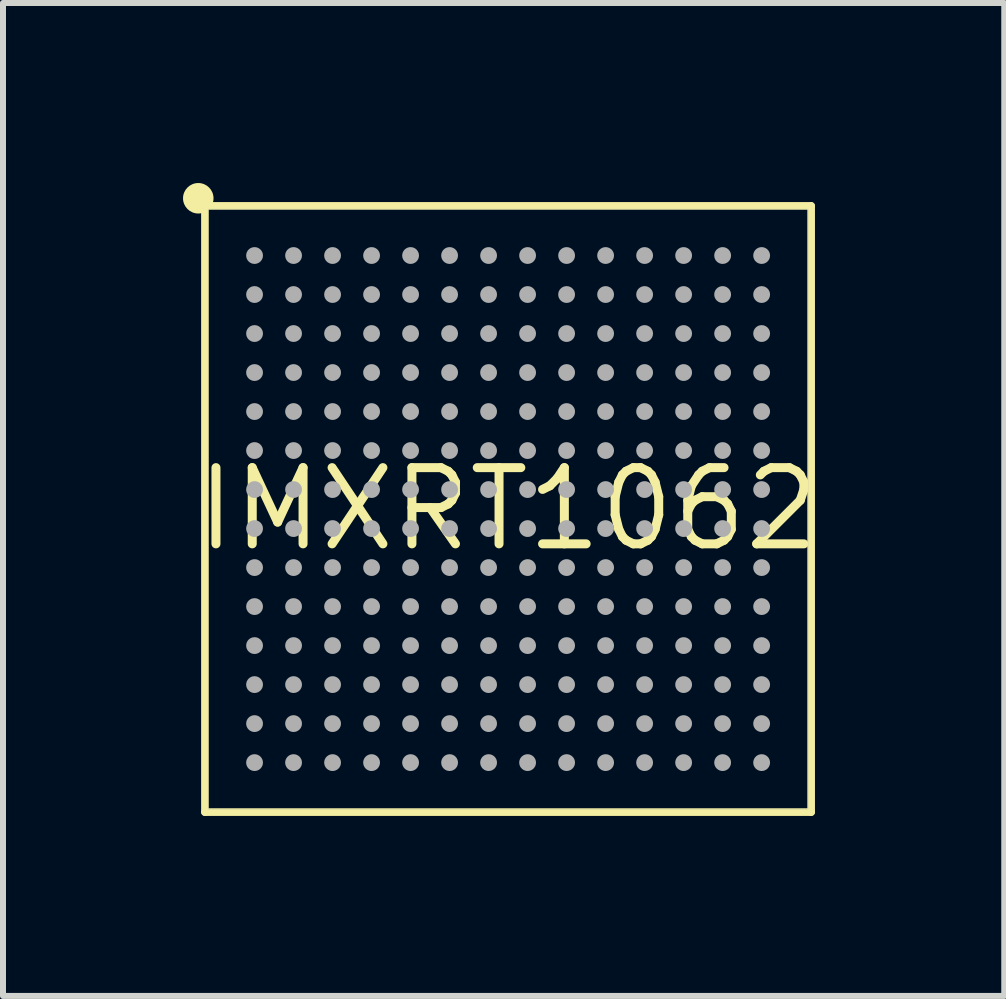
<source format=kicad_pcb>
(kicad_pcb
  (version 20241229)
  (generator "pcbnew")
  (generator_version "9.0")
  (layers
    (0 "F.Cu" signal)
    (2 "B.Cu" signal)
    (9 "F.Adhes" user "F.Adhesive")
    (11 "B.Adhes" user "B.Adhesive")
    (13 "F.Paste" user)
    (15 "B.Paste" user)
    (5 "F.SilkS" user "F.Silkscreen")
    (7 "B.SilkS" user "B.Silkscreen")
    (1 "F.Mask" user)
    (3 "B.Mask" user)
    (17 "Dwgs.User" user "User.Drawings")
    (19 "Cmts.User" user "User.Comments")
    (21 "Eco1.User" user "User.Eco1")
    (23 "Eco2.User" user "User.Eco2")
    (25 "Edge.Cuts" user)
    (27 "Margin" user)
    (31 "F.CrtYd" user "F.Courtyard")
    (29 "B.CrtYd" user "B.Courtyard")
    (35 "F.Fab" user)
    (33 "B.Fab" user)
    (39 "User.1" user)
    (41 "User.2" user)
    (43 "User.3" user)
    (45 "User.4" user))
  (footprint "IMXRT1062"
    (layer "F.Cu")
    (at 5.417 5.433)
    (property "Reference" "IMXRT1062" (at 0 0 0) (unlocked yes) (layer "F.SilkS") (effects (font (size 1.27 1.27) (thickness 0.15))))
    (fp_line (start -5.052 -5.052) (end 5.05 -5.052) (stroke (width 0.127) (type solid)) (layer "F.SilkS"))
    (fp_line (start -5.052 5.05) (end -5.052 -5.052) (stroke (width 0.127) (type solid)) (layer "F.SilkS"))
    (fp_line (start 5.05 -5.052) (end 5.05 5.05) (stroke (width 0.127) (type solid)) (layer "F.SilkS"))
    (fp_line (start 5.05 5.05) (end -5.052 5.05) (stroke (width 0.127) (type solid)) (layer "F.SilkS"))
    (fp_circle (center -5.163 -5.179) (end -5.036 -5.179) (stroke (width 0.254) (type solid)) (fill yes) (layer "F.SilkS"))
    (fp_line (start -5 -5) (end 5 -5) (stroke (width 0.003) (type solid)) (layer "F.Fab"))
    (fp_line (start -5 5) (end -5 -5) (stroke (width 0.003) (type solid)) (layer "F.Fab"))
    (fp_line (start 5 -5) (end 5 5) (stroke (width 0.003) (type solid)) (layer "F.Fab"))
    (fp_line (start 5 5) (end -5 5) (stroke (width 0.003) (type solid)) (layer "F.Fab"))
    (fp_circle (center -4.225 -4.225) (end -4.155 -4.225) (stroke (width 0.14) (type solid)) (fill no) (layer "F.Fab"))
    (fp_circle (center -4.225 -3.575) (end -4.155 -3.575) (stroke (width 0.14) (type solid)) (fill no) (layer "F.Fab"))
    (fp_circle (center -4.225 -2.925) (end -4.155 -2.925) (stroke (width 0.14) (type solid)) (fill no) (layer "F.Fab"))
    (fp_circle (center -4.225 -2.275) (end -4.155 -2.275) (stroke (width 0.14) (type solid)) (fill no) (layer "F.Fab"))
    (fp_circle (center -4.225 -1.625) (end -4.155 -1.625) (stroke (width 0.14) (type solid)) (fill no) (layer "F.Fab"))
    (fp_circle (center -4.225 -0.975) (end -4.155 -0.975) (stroke (width 0.14) (type solid)) (fill no) (layer "F.Fab"))
    (fp_circle (center -4.225 -0.325) (end -4.155 -0.325) (stroke (width 0.14) (type solid)) (fill no) (layer "F.Fab"))
    (fp_circle (center -4.225 0.325) (end -4.155 0.325) (stroke (width 0.14) (type solid)) (fill no) (layer "F.Fab"))
    (fp_circle (center -4.225 0.975) (end -4.155 0.975) (stroke (width 0.14) (type solid)) (fill no) (layer "F.Fab"))
    (fp_circle (center -4.225 1.625) (end -4.155 1.625) (stroke (width 0.14) (type solid)) (fill no) (layer "F.Fab"))
    (fp_circle (center -4.225 2.275) (end -4.155 2.275) (stroke (width 0.14) (type solid)) (fill no) (layer "F.Fab"))
    (fp_circle (center -4.225 2.925) (end -4.155 2.925) (stroke (width 0.14) (type solid)) (fill no) (layer "F.Fab"))
    (fp_circle (center -4.225 3.575) (end -4.155 3.575) (stroke (width 0.14) (type solid)) (fill no) (layer "F.Fab"))
    (fp_circle (center -4.225 4.225) (end -4.155 4.225) (stroke (width 0.14) (type solid)) (fill no) (layer "F.Fab"))
    (fp_circle (center -3.575 -4.225) (end -3.505 -4.225) (stroke (width 0.14) (type solid)) (fill no) (layer "F.Fab"))
    (fp_circle (center -3.575 -3.575) (end -3.505 -3.575) (stroke (width 0.14) (type solid)) (fill no) (layer "F.Fab"))
    (fp_circle (center -3.575 -2.925) (end -3.505 -2.925) (stroke (width 0.14) (type solid)) (fill no) (layer "F.Fab"))
    (fp_circle (center -3.575 -2.275) (end -3.505 -2.275) (stroke (width 0.14) (type solid)) (fill no) (layer "F.Fab"))
    (fp_circle (center -3.575 -1.625) (end -3.505 -1.625) (stroke (width 0.14) (type solid)) (fill no) (layer "F.Fab"))
    (fp_circle (center -3.575 -0.975) (end -3.505 -0.975) (stroke (width 0.14) (type solid)) (fill no) (layer "F.Fab"))
    (fp_circle (center -3.575 -0.325) (end -3.505 -0.325) (stroke (width 0.14) (type solid)) (fill no) (layer "F.Fab"))
    (fp_circle (center -3.575 0.325) (end -3.505 0.325) (stroke (width 0.14) (type solid)) (fill no) (layer "F.Fab"))
    (fp_circle (center -3.575 0.975) (end -3.505 0.975) (stroke (width 0.14) (type solid)) (fill no) (layer "F.Fab"))
    (fp_circle (center -3.575 1.625) (end -3.505 1.625) (stroke (width 0.14) (type solid)) (fill no) (layer "F.Fab"))
    (fp_circle (center -3.575 2.275) (end -3.505 2.275) (stroke (width 0.14) (type solid)) (fill no) (layer "F.Fab"))
    (fp_circle (center -3.575 2.925) (end -3.505 2.925) (stroke (width 0.14) (type solid)) (fill no) (layer "F.Fab"))
    (fp_circle (center -3.575 3.575) (end -3.505 3.575) (stroke (width 0.14) (type solid)) (fill no) (layer "F.Fab"))
    (fp_circle (center -3.575 4.225) (end -3.505 4.225) (stroke (width 0.14) (type solid)) (fill no) (layer "F.Fab"))
    (fp_circle (center -2.925 -4.225) (end -2.855 -4.225) (stroke (width 0.14) (type solid)) (fill no) (layer "F.Fab"))
    (fp_circle (center -2.925 -3.575) (end -2.855 -3.575) (stroke (width 0.14) (type solid)) (fill no) (layer "F.Fab"))
    (fp_circle (center -2.925 -2.925) (end -2.855 -2.925) (stroke (width 0.14) (type solid)) (fill no) (layer "F.Fab"))
    (fp_circle (center -2.925 -2.275) (end -2.855 -2.275) (stroke (width 0.14) (type solid)) (fill no) (layer "F.Fab"))
    (fp_circle (center -2.925 -1.625) (end -2.855 -1.625) (stroke (width 0.14) (type solid)) (fill no) (layer "F.Fab"))
    (fp_circle (center -2.925 -0.975) (end -2.855 -0.975) (stroke (width 0.14) (type solid)) (fill no) (layer "F.Fab"))
    (fp_circle (center -2.925 -0.325) (end -2.855 -0.325) (stroke (width 0.14) (type solid)) (fill no) (layer "F.Fab"))
    (fp_circle (center -2.925 0.325) (end -2.855 0.325) (stroke (width 0.14) (type solid)) (fill no) (layer "F.Fab"))
    (fp_circle (center -2.925 0.975) (end -2.855 0.975) (stroke (width 0.14) (type solid)) (fill no) (layer "F.Fab"))
    (fp_circle (center -2.925 1.625) (end -2.855 1.625) (stroke (width 0.14) (type solid)) (fill no) (layer "F.Fab"))
    (fp_circle (center -2.925 2.275) (end -2.855 2.275) (stroke (width 0.14) (type solid)) (fill no) (layer "F.Fab"))
    (fp_circle (center -2.925 2.925) (end -2.855 2.925) (stroke (width 0.14) (type solid)) (fill no) (layer "F.Fab"))
    (fp_circle (center -2.925 3.575) (end -2.855 3.575) (stroke (width 0.14) (type solid)) (fill no) (layer "F.Fab"))
    (fp_circle (center -2.925 4.225) (end -2.855 4.225) (stroke (width 0.14) (type solid)) (fill no) (layer "F.Fab"))
    (fp_circle (center -2.275 -4.225) (end -2.205 -4.225) (stroke (width 0.14) (type solid)) (fill no) (layer "F.Fab"))
    (fp_circle (center -2.275 -3.575) (end -2.205 -3.575) (stroke (width 0.14) (type solid)) (fill no) (layer "F.Fab"))
    (fp_circle (center -2.275 -2.925) (end -2.205 -2.925) (stroke (width 0.14) (type solid)) (fill no) (layer "F.Fab"))
    (fp_circle (center -2.275 -2.275) (end -2.205 -2.275) (stroke (width 0.14) (type solid)) (fill no) (layer "F.Fab"))
    (fp_circle (center -2.275 -1.625) (end -2.205 -1.625) (stroke (width 0.14) (type solid)) (fill no) (layer "F.Fab"))
    (fp_circle (center -2.275 -0.975) (end -2.205 -0.975) (stroke (width 0.14) (type solid)) (fill no) (layer "F.Fab"))
    (fp_circle (center -2.275 -0.325) (end -2.205 -0.325) (stroke (width 0.14) (type solid)) (fill no) (layer "F.Fab"))
    (fp_circle (center -2.275 0.325) (end -2.205 0.325) (stroke (width 0.14) (type solid)) (fill no) (layer "F.Fab"))
    (fp_circle (center -2.275 0.975) (end -2.205 0.975) (stroke (width 0.14) (type solid)) (fill no) (layer "F.Fab"))
    (fp_circle (center -2.275 1.625) (end -2.205 1.625) (stroke (width 0.14) (type solid)) (fill no) (layer "F.Fab"))
    (fp_circle (center -2.275 2.275) (end -2.205 2.275) (stroke (width 0.14) (type solid)) (fill no) (layer "F.Fab"))
    (fp_circle (center -2.275 2.925) (end -2.205 2.925) (stroke (width 0.14) (type solid)) (fill no) (layer "F.Fab"))
    (fp_circle (center -2.275 3.575) (end -2.205 3.575) (stroke (width 0.14) (type solid)) (fill no) (layer "F.Fab"))
    (fp_circle (center -2.275 4.225) (end -2.205 4.225) (stroke (width 0.14) (type solid)) (fill no) (layer "F.Fab"))
    (fp_circle (center -1.625 -4.225) (end -1.555 -4.225) (stroke (width 0.14) (type solid)) (fill no) (layer "F.Fab"))
    (fp_circle (center -1.625 -3.575) (end -1.555 -3.575) (stroke (width 0.14) (type solid)) (fill no) (layer "F.Fab"))
    (fp_circle (center -1.625 -2.925) (end -1.555 -2.925) (stroke (width 0.14) (type solid)) (fill no) (layer "F.Fab"))
    (fp_circle (center -1.625 -2.275) (end -1.555 -2.275) (stroke (width 0.14) (type solid)) (fill no) (layer "F.Fab"))
    (fp_circle (center -1.625 -1.625) (end -1.555 -1.625) (stroke (width 0.14) (type solid)) (fill no) (layer "F.Fab"))
    (fp_circle (center -1.625 -0.975) (end -1.555 -0.975) (stroke (width 0.14) (type solid)) (fill no) (layer "F.Fab"))
    (fp_circle (center -1.625 -0.325) (end -1.555 -0.325) (stroke (width 0.14) (type solid)) (fill no) (layer "F.Fab"))
    (fp_circle (center -1.625 0.325) (end -1.555 0.325) (stroke (width 0.14) (type solid)) (fill no) (layer "F.Fab"))
    (fp_circle (center -1.625 0.975) (end -1.555 0.975) (stroke (width 0.14) (type solid)) (fill no) (layer "F.Fab"))
    (fp_circle (center -1.625 1.625) (end -1.555 1.625) (stroke (width 0.14) (type solid)) (fill no) (layer "F.Fab"))
    (fp_circle (center -1.625 2.275) (end -1.555 2.275) (stroke (width 0.14) (type solid)) (fill no) (layer "F.Fab"))
    (fp_circle (center -1.625 2.925) (end -1.555 2.925) (stroke (width 0.14) (type solid)) (fill no) (layer "F.Fab"))
    (fp_circle (center -1.625 3.575) (end -1.555 3.575) (stroke (width 0.14) (type solid)) (fill no) (layer "F.Fab"))
    (fp_circle (center -1.625 4.225) (end -1.555 4.225) (stroke (width 0.14) (type solid)) (fill no) (layer "F.Fab"))
    (fp_circle (center -0.975 -4.225) (end -0.905 -4.225) (stroke (width 0.14) (type solid)) (fill no) (layer "F.Fab"))
    (fp_circle (center -0.975 -3.575) (end -0.905 -3.575) (stroke (width 0.14) (type solid)) (fill no) (layer "F.Fab"))
    (fp_circle (center -0.975 -2.925) (end -0.905 -2.925) (stroke (width 0.14) (type solid)) (fill no) (layer "F.Fab"))
    (fp_circle (center -0.975 -2.275) (end -0.905 -2.275) (stroke (width 0.14) (type solid)) (fill no) (layer "F.Fab"))
    (fp_circle (center -0.975 -1.625) (end -0.905 -1.625) (stroke (width 0.14) (type solid)) (fill no) (layer "F.Fab"))
    (fp_circle (center -0.975 -0.975) (end -0.905 -0.975) (stroke (width 0.14) (type solid)) (fill no) (layer "F.Fab"))
    (fp_circle (center -0.975 -0.325) (end -0.905 -0.325) (stroke (width 0.14) (type solid)) (fill no) (layer "F.Fab"))
    (fp_circle (center -0.975 0.325) (end -0.905 0.325) (stroke (width 0.14) (type solid)) (fill no) (layer "F.Fab"))
    (fp_circle (center -0.975 0.975) (end -0.905 0.975) (stroke (width 0.14) (type solid)) (fill no) (layer "F.Fab"))
    (fp_circle (center -0.975 1.625) (end -0.905 1.625) (stroke (width 0.14) (type solid)) (fill no) (layer "F.Fab"))
    (fp_circle (center -0.975 2.275) (end -0.905 2.275) (stroke (width 0.14) (type solid)) (fill no) (layer "F.Fab"))
    (fp_circle (center -0.975 2.925) (end -0.905 2.925) (stroke (width 0.14) (type solid)) (fill no) (layer "F.Fab"))
    (fp_circle (center -0.975 3.575) (end -0.905 3.575) (stroke (width 0.14) (type solid)) (fill no) (layer "F.Fab"))
    (fp_circle (center -0.975 4.225) (end -0.905 4.225) (stroke (width 0.14) (type solid)) (fill no) (layer "F.Fab"))
    (fp_circle (center -0.325 -4.225) (end -0.255 -4.225) (stroke (width 0.14) (type solid)) (fill no) (layer "F.Fab"))
    (fp_circle (center -0.325 -3.575) (end -0.255 -3.575) (stroke (width 0.14) (type solid)) (fill no) (layer "F.Fab"))
    (fp_circle (center -0.325 -2.925) (end -0.255 -2.925) (stroke (width 0.14) (type solid)) (fill no) (layer "F.Fab"))
    (fp_circle (center -0.325 -2.275) (end -0.255 -2.275) (stroke (width 0.14) (type solid)) (fill no) (layer "F.Fab"))
    (fp_circle (center -0.325 -1.625) (end -0.255 -1.625) (stroke (width 0.14) (type solid)) (fill no) (layer "F.Fab"))
    (fp_circle (center -0.325 -0.975) (end -0.255 -0.975) (stroke (width 0.14) (type solid)) (fill no) (layer "F.Fab"))
    (fp_circle (center -0.325 -0.325) (end -0.255 -0.325) (stroke (width 0.14) (type solid)) (fill no) (layer "F.Fab"))
    (fp_circle (center -0.325 0.325) (end -0.255 0.325) (stroke (width 0.14) (type solid)) (fill no) (layer "F.Fab"))
    (fp_circle (center -0.325 0.975) (end -0.255 0.975) (stroke (width 0.14) (type solid)) (fill no) (layer "F.Fab"))
    (fp_circle (center -0.325 1.625) (end -0.255 1.625) (stroke (width 0.14) (type solid)) (fill no) (layer "F.Fab"))
    (fp_circle (center -0.325 2.275) (end -0.255 2.275) (stroke (width 0.14) (type solid)) (fill no) (layer "F.Fab"))
    (fp_circle (center -0.325 2.925) (end -0.255 2.925) (stroke (width 0.14) (type solid)) (fill no) (layer "F.Fab"))
    (fp_circle (center -0.325 3.575) (end -0.255 3.575) (stroke (width 0.14) (type solid)) (fill no) (layer "F.Fab"))
    (fp_circle (center -0.325 4.225) (end -0.255 4.225) (stroke (width 0.14) (type solid)) (fill no) (layer "F.Fab"))
    (fp_circle (center 0.325 -4.225) (end 0.395 -4.225) (stroke (width 0.14) (type solid)) (fill no) (layer "F.Fab"))
    (fp_circle (center 0.325 -3.575) (end 0.395 -3.575) (stroke (width 0.14) (type solid)) (fill no) (layer "F.Fab"))
    (fp_circle (center 0.325 -2.925) (end 0.395 -2.925) (stroke (width 0.14) (type solid)) (fill no) (layer "F.Fab"))
    (fp_circle (center 0.325 -2.275) (end 0.395 -2.275) (stroke (width 0.14) (type solid)) (fill no) (layer "F.Fab"))
    (fp_circle (center 0.325 -1.625) (end 0.395 -1.625) (stroke (width 0.14) (type solid)) (fill no) (layer "F.Fab"))
    (fp_circle (center 0.325 -0.975) (end 0.395 -0.975) (stroke (width 0.14) (type solid)) (fill no) (layer "F.Fab"))
    (fp_circle (center 0.325 -0.325) (end 0.395 -0.325) (stroke (width 0.14) (type solid)) (fill no) (layer "F.Fab"))
    (fp_circle (center 0.325 0.325) (end 0.395 0.325) (stroke (width 0.14) (type solid)) (fill no) (layer "F.Fab"))
    (fp_circle (center 0.325 0.975) (end 0.395 0.975) (stroke (width 0.14) (type solid)) (fill no) (layer "F.Fab"))
    (fp_circle (center 0.325 1.625) (end 0.395 1.625) (stroke (width 0.14) (type solid)) (fill no) (layer "F.Fab"))
    (fp_circle (center 0.325 2.275) (end 0.395 2.275) (stroke (width 0.14) (type solid)) (fill no) (layer "F.Fab"))
    (fp_circle (center 0.325 2.925) (end 0.395 2.925) (stroke (width 0.14) (type solid)) (fill no) (layer "F.Fab"))
    (fp_circle (center 0.325 3.575) (end 0.395 3.575) (stroke (width 0.14) (type solid)) (fill no) (layer "F.Fab"))
    (fp_circle (center 0.325 4.225) (end 0.395 4.225) (stroke (width 0.14) (type solid)) (fill no) (layer "F.Fab"))
    (fp_circle (center 0.975 -4.225) (end 1.045 -4.225) (stroke (width 0.14) (type solid)) (fill no) (layer "F.Fab"))
    (fp_circle (center 0.975 -3.575) (end 1.045 -3.575) (stroke (width 0.14) (type solid)) (fill no) (layer "F.Fab"))
    (fp_circle (center 0.975 -2.925) (end 1.045 -2.925) (stroke (width 0.14) (type solid)) (fill no) (layer "F.Fab"))
    (fp_circle (center 0.975 -2.275) (end 1.045 -2.275) (stroke (width 0.14) (type solid)) (fill no) (layer "F.Fab"))
    (fp_circle (center 0.975 -1.625) (end 1.045 -1.625) (stroke (width 0.14) (type solid)) (fill no) (layer "F.Fab"))
    (fp_circle (center 0.975 -0.975) (end 1.045 -0.975) (stroke (width 0.14) (type solid)) (fill no) (layer "F.Fab"))
    (fp_circle (center 0.975 -0.325) (end 1.045 -0.325) (stroke (width 0.14) (type solid)) (fill no) (layer "F.Fab"))
    (fp_circle (center 0.975 0.325) (end 1.045 0.325) (stroke (width 0.14) (type solid)) (fill no) (layer "F.Fab"))
    (fp_circle (center 0.975 0.975) (end 1.045 0.975) (stroke (width 0.14) (type solid)) (fill no) (layer "F.Fab"))
    (fp_circle (center 0.975 1.625) (end 1.045 1.625) (stroke (width 0.14) (type solid)) (fill no) (layer "F.Fab"))
    (fp_circle (center 0.975 2.275) (end 1.045 2.275) (stroke (width 0.14) (type solid)) (fill no) (layer "F.Fab"))
    (fp_circle (center 0.975 2.925) (end 1.045 2.925) (stroke (width 0.14) (type solid)) (fill no) (layer "F.Fab"))
    (fp_circle (center 0.975 3.575) (end 1.045 3.575) (stroke (width 0.14) (type solid)) (fill no) (layer "F.Fab"))
    (fp_circle (center 0.975 4.225) (end 1.045 4.225) (stroke (width 0.14) (type solid)) (fill no) (layer "F.Fab"))
    (fp_circle (center 1.625 -4.225) (end 1.695 -4.225) (stroke (width 0.14) (type solid)) (fill no) (layer "F.Fab"))
    (fp_circle (center 1.625 -3.575) (end 1.695 -3.575) (stroke (width 0.14) (type solid)) (fill no) (layer "F.Fab"))
    (fp_circle (center 1.625 -2.925) (end 1.695 -2.925) (stroke (width 0.14) (type solid)) (fill no) (layer "F.Fab"))
    (fp_circle (center 1.625 -2.275) (end 1.695 -2.275) (stroke (width 0.14) (type solid)) (fill no) (layer "F.Fab"))
    (fp_circle (center 1.625 -1.625) (end 1.695 -1.625) (stroke (width 0.14) (type solid)) (fill no) (layer "F.Fab"))
    (fp_circle (center 1.625 -0.975) (end 1.695 -0.975) (stroke (width 0.14) (type solid)) (fill no) (layer "F.Fab"))
    (fp_circle (center 1.625 -0.325) (end 1.695 -0.325) (stroke (width 0.14) (type solid)) (fill no) (layer "F.Fab"))
    (fp_circle (center 1.625 0.325) (end 1.695 0.325) (stroke (width 0.14) (type solid)) (fill no) (layer "F.Fab"))
    (fp_circle (center 1.625 0.975) (end 1.695 0.975) (stroke (width 0.14) (type solid)) (fill no) (layer "F.Fab"))
    (fp_circle (center 1.625 1.625) (end 1.695 1.625) (stroke (width 0.14) (type solid)) (fill no) (layer "F.Fab"))
    (fp_circle (center 1.625 2.275) (end 1.695 2.275) (stroke (width 0.14) (type solid)) (fill no) (layer "F.Fab"))
    (fp_circle (center 1.625 2.925) (end 1.695 2.925) (stroke (width 0.14) (type solid)) (fill no) (layer "F.Fab"))
    (fp_circle (center 1.625 3.575) (end 1.695 3.575) (stroke (width 0.14) (type solid)) (fill no) (layer "F.Fab"))
    (fp_circle (center 1.625 4.225) (end 1.695 4.225) (stroke (width 0.14) (type solid)) (fill no) (layer "F.Fab"))
    (fp_circle (center 2.275 -4.225) (end 2.345 -4.225) (stroke (width 0.14) (type solid)) (fill no) (layer "F.Fab"))
    (fp_circle (center 2.275 -3.575) (end 2.345 -3.575) (stroke (width 0.14) (type solid)) (fill no) (layer "F.Fab"))
    (fp_circle (center 2.275 -2.925) (end 2.345 -2.925) (stroke (width 0.14) (type solid)) (fill no) (layer "F.Fab"))
    (fp_circle (center 2.275 -2.275) (end 2.345 -2.275) (stroke (width 0.14) (type solid)) (fill no) (layer "F.Fab"))
    (fp_circle (center 2.275 -1.625) (end 2.345 -1.625) (stroke (width 0.14) (type solid)) (fill no) (layer "F.Fab"))
    (fp_circle (center 2.275 -0.975) (end 2.345 -0.975) (stroke (width 0.14) (type solid)) (fill no) (layer "F.Fab"))
    (fp_circle (center 2.275 -0.325) (end 2.345 -0.325) (stroke (width 0.14) (type solid)) (fill no) (layer "F.Fab"))
    (fp_circle (center 2.275 0.325) (end 2.345 0.325) (stroke (width 0.14) (type solid)) (fill no) (layer "F.Fab"))
    (fp_circle (center 2.275 0.975) (end 2.345 0.975) (stroke (width 0.14) (type solid)) (fill no) (layer "F.Fab"))
    (fp_circle (center 2.275 1.625) (end 2.345 1.625) (stroke (width 0.14) (type solid)) (fill no) (layer "F.Fab"))
    (fp_circle (center 2.275 2.275) (end 2.345 2.275) (stroke (width 0.14) (type solid)) (fill no) (layer "F.Fab"))
    (fp_circle (center 2.275 2.925) (end 2.345 2.925) (stroke (width 0.14) (type solid)) (fill no) (layer "F.Fab"))
    (fp_circle (center 2.275 3.575) (end 2.345 3.575) (stroke (width 0.14) (type solid)) (fill no) (layer "F.Fab"))
    (fp_circle (center 2.275 4.225) (end 2.345 4.225) (stroke (width 0.14) (type solid)) (fill no) (layer "F.Fab"))
    (fp_circle (center 2.925 -4.225) (end 2.995 -4.225) (stroke (width 0.14) (type solid)) (fill no) (layer "F.Fab"))
    (fp_circle (center 2.925 -3.575) (end 2.995 -3.575) (stroke (width 0.14) (type solid)) (fill no) (layer "F.Fab"))
    (fp_circle (center 2.925 -2.925) (end 2.995 -2.925) (stroke (width 0.14) (type solid)) (fill no) (layer "F.Fab"))
    (fp_circle (center 2.925 -2.275) (end 2.995 -2.275) (stroke (width 0.14) (type solid)) (fill no) (layer "F.Fab"))
    (fp_circle (center 2.925 -1.625) (end 2.995 -1.625) (stroke (width 0.14) (type solid)) (fill no) (layer "F.Fab"))
    (fp_circle (center 2.925 -0.975) (end 2.995 -0.975) (stroke (width 0.14) (type solid)) (fill no) (layer "F.Fab"))
    (fp_circle (center 2.925 -0.325) (end 2.995 -0.325) (stroke (width 0.14) (type solid)) (fill no) (layer "F.Fab"))
    (fp_circle (center 2.925 0.325) (end 2.995 0.325) (stroke (width 0.14) (type solid)) (fill no) (layer "F.Fab"))
    (fp_circle (center 2.925 0.975) (end 2.995 0.975) (stroke (width 0.14) (type solid)) (fill no) (layer "F.Fab"))
    (fp_circle (center 2.925 1.625) (end 2.995 1.625) (stroke (width 0.14) (type solid)) (fill no) (layer "F.Fab"))
    (fp_circle (center 2.925 2.275) (end 2.995 2.275) (stroke (width 0.14) (type solid)) (fill no) (layer "F.Fab"))
    (fp_circle (center 2.925 2.925) (end 2.995 2.925) (stroke (width 0.14) (type solid)) (fill no) (layer "F.Fab"))
    (fp_circle (center 2.925 3.575) (end 2.995 3.575) (stroke (width 0.14) (type solid)) (fill no) (layer "F.Fab"))
    (fp_circle (center 2.925 4.225) (end 2.995 4.225) (stroke (width 0.14) (type solid)) (fill no) (layer "F.Fab"))
    (fp_circle (center 3.575 -4.225) (end 3.645 -4.225) (stroke (width 0.14) (type solid)) (fill no) (layer "F.Fab"))
    (fp_circle (center 3.575 -3.575) (end 3.645 -3.575) (stroke (width 0.14) (type solid)) (fill no) (layer "F.Fab"))
    (fp_circle (center 3.575 -2.925) (end 3.645 -2.925) (stroke (width 0.14) (type solid)) (fill no) (layer "F.Fab"))
    (fp_circle (center 3.575 -2.275) (end 3.645 -2.275) (stroke (width 0.14) (type solid)) (fill no) (layer "F.Fab"))
    (fp_circle (center 3.575 -1.625) (end 3.645 -1.625) (stroke (width 0.14) (type solid)) (fill no) (layer "F.Fab"))
    (fp_circle (center 3.575 -0.975) (end 3.645 -0.975) (stroke (width 0.14) (type solid)) (fill no) (layer "F.Fab"))
    (fp_circle (center 3.575 -0.325) (end 3.645 -0.325) (stroke (width 0.14) (type solid)) (fill no) (layer "F.Fab"))
    (fp_circle (center 3.575 0.325) (end 3.645 0.325) (stroke (width 0.14) (type solid)) (fill no) (layer "F.Fab"))
    (fp_circle (center 3.575 0.975) (end 3.645 0.975) (stroke (width 0.14) (type solid)) (fill no) (layer "F.Fab"))
    (fp_circle (center 3.575 1.625) (end 3.645 1.625) (stroke (width 0.14) (type solid)) (fill no) (layer "F.Fab"))
    (fp_circle (center 3.575 2.275) (end 3.645 2.275) (stroke (width 0.14) (type solid)) (fill no) (layer "F.Fab"))
    (fp_circle (center 3.575 2.925) (end 3.645 2.925) (stroke (width 0.14) (type solid)) (fill no) (layer "F.Fab"))
    (fp_circle (center 3.575 3.575) (end 3.645 3.575) (stroke (width 0.14) (type solid)) (fill no) (layer "F.Fab"))
    (fp_circle (center 3.575 4.225) (end 3.645 4.225) (stroke (width 0.14) (type solid)) (fill no) (layer "F.Fab"))
    (fp_circle (center 4.225 -4.225) (end 4.295 -4.225) (stroke (width 0.14) (type solid)) (fill no) (layer "F.Fab"))
    (fp_circle (center 4.225 -3.575) (end 4.295 -3.575) (stroke (width 0.14) (type solid)) (fill no) (layer "F.Fab"))
    (fp_circle (center 4.225 -2.925) (end 4.295 -2.925) (stroke (width 0.14) (type solid)) (fill no) (layer "F.Fab"))
    (fp_circle (center 4.225 -2.275) (end 4.295 -2.275) (stroke (width 0.14) (type solid)) (fill no) (layer "F.Fab"))
    (fp_circle (center 4.225 -1.625) (end 4.295 -1.625) (stroke (width 0.14) (type solid)) (fill no) (layer "F.Fab"))
    (fp_circle (center 4.225 -0.975) (end 4.295 -0.975) (stroke (width 0.14) (type solid)) (fill no) (layer "F.Fab"))
    (fp_circle (center 4.225 -0.325) (end 4.295 -0.325) (stroke (width 0.14) (type solid)) (fill no) (layer "F.Fab"))
    (fp_circle (center 4.225 0.325) (end 4.295 0.325) (stroke (width 0.14) (type solid)) (fill no) (layer "F.Fab"))
    (fp_circle (center 4.225 0.975) (end 4.295 0.975) (stroke (width 0.14) (type solid)) (fill no) (layer "F.Fab"))
    (fp_circle (center 4.225 1.625) (end 4.295 1.625) (stroke (width 0.14) (type solid)) (fill no) (layer "F.Fab"))
    (fp_circle (center 4.225 2.275) (end 4.295 2.275) (stroke (width 0.14) (type solid)) (fill no) (layer "F.Fab"))
    (fp_circle (center 4.225 2.925) (end 4.295 2.925) (stroke (width 0.14) (type solid)) (fill no) (layer "F.Fab"))
    (fp_circle (center 4.225 3.575) (end 4.295 3.575) (stroke (width 0.14) (type solid)) (fill no) (layer "F.Fab"))
    (fp_circle (center 4.225 4.225) (end 4.295 4.225) (stroke (width 0.14) (type solid)) (fill no) (layer "F.Fab"))
    (pad "A1" smd roundrect (at -4.225 -4.225) (size 0.234 0.234) (layers "F.Cu" "F.Mask" "F.Paste") (roundrect_rratio 0.5))
    (pad "A2" smd roundrect (at -3.575 -4.225) (size 0.234 0.234) (layers "F.Cu" "F.Mask" "F.Paste") (roundrect_rratio 0.5))
    (pad "A3" smd roundrect (at -2.925 -4.225) (size 0.234 0.234) (layers "F.Cu" "F.Mask" "F.Paste") (roundrect_rratio 0.5))
    (pad "A4" smd roundrect (at -2.275 -4.225) (size 0.234 0.234) (layers "F.Cu" "F.Mask" "F.Paste") (roundrect_rratio 0.5))
    (pad "A5" smd roundrect (at -1.625 -4.225) (size 0.234 0.234) (layers "F.Cu" "F.Mask" "F.Paste") (roundrect_rratio 0.5))
    (pad "A6" smd roundrect (at -0.975 -4.225) (size 0.234 0.234) (layers "F.Cu" "F.Mask" "F.Paste") (roundrect_rratio 0.5))
    (pad "A7" smd roundrect (at -0.325 -4.225) (size 0.234 0.234) (layers "F.Cu" "F.Mask" "F.Paste") (roundrect_rratio 0.5))
    (pad "A8" smd roundrect (at 0.325 -4.225) (size 0.234 0.234) (layers "F.Cu" "F.Mask" "F.Paste") (roundrect_rratio 0.5))
    (pad "A9" smd roundrect (at 0.975 -4.225) (size 0.234 0.234) (layers "F.Cu" "F.Mask" "F.Paste") (roundrect_rratio 0.5))
    (pad "A10" smd roundrect (at 1.625 -4.225) (size 0.234 0.234) (layers "F.Cu" "F.Mask" "F.Paste") (roundrect_rratio 0.5))
    (pad "A11" smd roundrect (at 2.275 -4.225) (size 0.234 0.234) (layers "F.Cu" "F.Mask" "F.Paste") (roundrect_rratio 0.5))
    (pad "A12" smd roundrect (at 2.925 -4.225) (size 0.234 0.234) (layers "F.Cu" "F.Mask" "F.Paste") (roundrect_rratio 0.5))
    (pad "A13" smd roundrect (at 3.575 -4.225) (size 0.234 0.234) (layers "F.Cu" "F.Mask" "F.Paste") (roundrect_rratio 0.5))
    (pad "A14" smd roundrect (at 4.225 -4.225) (size 0.234 0.234) (layers "F.Cu" "F.Mask" "F.Paste") (roundrect_rratio 0.5))
    (pad "B1" smd roundrect (at -4.225 -3.575) (size 0.234 0.234) (layers "F.Cu" "F.Mask" "F.Paste") (roundrect_rratio 0.5))
    (pad "B2" smd roundrect (at -3.575 -3.575) (size 0.234 0.234) (layers "F.Cu" "F.Mask" "F.Paste") (roundrect_rratio 0.5))
    (pad "B3" smd roundrect (at -2.925 -3.575) (size 0.234 0.234) (layers "F.Cu" "F.Mask" "F.Paste") (roundrect_rratio 0.5))
    (pad "B4" smd roundrect (at -2.275 -3.575) (size 0.234 0.234) (layers "F.Cu" "F.Mask" "F.Paste") (roundrect_rratio 0.5))
    (pad "B5" smd roundrect (at -1.625 -3.575) (size 0.234 0.234) (layers "F.Cu" "F.Mask" "F.Paste") (roundrect_rratio 0.5))
    (pad "B6" smd roundrect (at -0.975 -3.575) (size 0.234 0.234) (layers "F.Cu" "F.Mask" "F.Paste") (roundrect_rratio 0.5))
    (pad "B7" smd roundrect (at -0.325 -3.575) (size 0.234 0.234) (layers "F.Cu" "F.Mask" "F.Paste") (roundrect_rratio 0.5))
    (pad "B8" smd roundrect (at 0.325 -3.575) (size 0.234 0.234) (layers "F.Cu" "F.Mask" "F.Paste") (roundrect_rratio 0.5))
    (pad "B9" smd roundrect (at 0.975 -3.575) (size 0.234 0.234) (layers "F.Cu" "F.Mask" "F.Paste") (roundrect_rratio 0.5))
    (pad "B10" smd roundrect (at 1.625 -3.575) (size 0.234 0.234) (layers "F.Cu" "F.Mask" "F.Paste") (roundrect_rratio 0.5))
    (pad "B11" smd roundrect (at 2.275 -3.575) (size 0.234 0.234) (layers "F.Cu" "F.Mask" "F.Paste") (roundrect_rratio 0.5))
    (pad "B12" smd roundrect (at 2.925 -3.575) (size 0.234 0.234) (layers "F.Cu" "F.Mask" "F.Paste") (roundrect_rratio 0.5))
    (pad "B13" smd roundrect (at 3.575 -3.575) (size 0.234 0.234) (layers "F.Cu" "F.Mask" "F.Paste") (roundrect_rratio 0.5))
    (pad "B14" smd roundrect (at 4.225 -3.575) (size 0.234 0.234) (layers "F.Cu" "F.Mask" "F.Paste") (roundrect_rratio 0.5))
    (pad "C1" smd roundrect (at -4.225 -2.925) (size 0.234 0.234) (layers "F.Cu" "F.Mask" "F.Paste") (roundrect_rratio 0.5))
    (pad "C2" smd roundrect (at -3.575 -2.925) (size 0.234 0.234) (layers "F.Cu" "F.Mask" "F.Paste") (roundrect_rratio 0.5))
    (pad "C3" smd roundrect (at -2.925 -2.925) (size 0.234 0.234) (layers "F.Cu" "F.Mask" "F.Paste") (roundrect_rratio 0.5))
    (pad "C4" smd roundrect (at -2.275 -2.925) (size 0.234 0.234) (layers "F.Cu" "F.Mask" "F.Paste") (roundrect_rratio 0.5))
    (pad "C5" smd roundrect (at -1.625 -2.925) (size 0.234 0.234) (layers "F.Cu" "F.Mask" "F.Paste") (roundrect_rratio 0.5))
    (pad "C6" smd roundrect (at -0.975 -2.925) (size 0.234 0.234) (layers "F.Cu" "F.Mask" "F.Paste") (roundrect_rratio 0.5))
    (pad "C7" smd roundrect (at -0.325 -2.925) (size 0.234 0.234) (layers "F.Cu" "F.Mask" "F.Paste") (roundrect_rratio 0.5))
    (pad "C8" smd roundrect (at 0.325 -2.925) (size 0.234 0.234) (layers "F.Cu" "F.Mask" "F.Paste") (roundrect_rratio 0.5))
    (pad "C9" smd roundrect (at 0.975 -2.925) (size 0.234 0.234) (layers "F.Cu" "F.Mask" "F.Paste") (roundrect_rratio 0.5))
    (pad "C10" smd roundrect (at 1.625 -2.925) (size 0.234 0.234) (layers "F.Cu" "F.Mask" "F.Paste") (roundrect_rratio 0.5))
    (pad "C11" smd roundrect (at 2.275 -2.925) (size 0.234 0.234) (layers "F.Cu" "F.Mask" "F.Paste") (roundrect_rratio 0.5))
    (pad "C12" smd roundrect (at 2.925 -2.925) (size 0.234 0.234) (layers "F.Cu" "F.Mask" "F.Paste") (roundrect_rratio 0.5))
    (pad "C13" smd roundrect (at 3.575 -2.925) (size 0.234 0.234) (layers "F.Cu" "F.Mask" "F.Paste") (roundrect_rratio 0.5))
    (pad "C14" smd roundrect (at 4.225 -2.925) (size 0.234 0.234) (layers "F.Cu" "F.Mask" "F.Paste") (roundrect_rratio 0.5))
    (pad "D1" smd roundrect (at -4.225 -2.275) (size 0.234 0.234) (layers "F.Cu" "F.Mask" "F.Paste") (roundrect_rratio 0.5))
    (pad "D2" smd roundrect (at -3.575 -2.275) (size 0.234 0.234) (layers "F.Cu" "F.Mask" "F.Paste") (roundrect_rratio 0.5))
    (pad "D3" smd roundrect (at -2.925 -2.275) (size 0.234 0.234) (layers "F.Cu" "F.Mask" "F.Paste") (roundrect_rratio 0.5))
    (pad "D4" smd roundrect (at -2.275 -2.275) (size 0.234 0.234) (layers "F.Cu" "F.Mask" "F.Paste") (roundrect_rratio 0.5))
    (pad "D5" smd roundrect (at -1.625 -2.275) (size 0.234 0.234) (layers "F.Cu" "F.Mask" "F.Paste") (roundrect_rratio 0.5))
    (pad "D6" smd roundrect (at -0.975 -2.275) (size 0.234 0.234) (layers "F.Cu" "F.Mask" "F.Paste") (roundrect_rratio 0.5))
    (pad "D7" smd roundrect (at -0.325 -2.275) (size 0.234 0.234) (layers "F.Cu" "F.Mask" "F.Paste") (roundrect_rratio 0.5))
    (pad "D8" smd roundrect (at 0.325 -2.275) (size 0.234 0.234) (layers "F.Cu" "F.Mask" "F.Paste") (roundrect_rratio 0.5))
    (pad "D9" smd roundrect (at 0.975 -2.275) (size 0.234 0.234) (layers "F.Cu" "F.Mask" "F.Paste") (roundrect_rratio 0.5))
    (pad "D10" smd roundrect (at 1.625 -2.275) (size 0.234 0.234) (layers "F.Cu" "F.Mask" "F.Paste") (roundrect_rratio 0.5))
    (pad "D11" smd roundrect (at 2.275 -2.275) (size 0.234 0.234) (layers "F.Cu" "F.Mask" "F.Paste") (roundrect_rratio 0.5))
    (pad "D12" smd roundrect (at 2.925 -2.275) (size 0.234 0.234) (layers "F.Cu" "F.Mask" "F.Paste") (roundrect_rratio 0.5))
    (pad "D13" smd roundrect (at 3.575 -2.275) (size 0.234 0.234) (layers "F.Cu" "F.Mask" "F.Paste") (roundrect_rratio 0.5))
    (pad "D14" smd roundrect (at 4.225 -2.275) (size 0.234 0.234) (layers "F.Cu" "F.Mask" "F.Paste") (roundrect_rratio 0.5))
    (pad "E1" smd roundrect (at -4.225 -1.625) (size 0.234 0.234) (layers "F.Cu" "F.Mask" "F.Paste") (roundrect_rratio 0.5))
    (pad "E2" smd roundrect (at -3.575 -1.625) (size 0.234 0.234) (layers "F.Cu" "F.Mask" "F.Paste") (roundrect_rratio 0.5))
    (pad "E3" smd roundrect (at -2.925 -1.625) (size 0.234 0.234) (layers "F.Cu" "F.Mask" "F.Paste") (roundrect_rratio 0.5))
    (pad "E4" smd roundrect (at -2.275 -1.625) (size 0.234 0.234) (layers "F.Cu" "F.Mask" "F.Paste") (roundrect_rratio 0.5))
    (pad "E5" smd roundrect (at -1.625 -1.625) (size 0.234 0.234) (layers "F.Cu" "F.Mask" "F.Paste") (roundrect_rratio 0.5))
    (pad "E6" smd roundrect (at -0.975 -1.625) (size 0.234 0.234) (layers "F.Cu" "F.Mask" "F.Paste") (roundrect_rratio 0.5))
    (pad "E7" smd roundrect (at -0.325 -1.625) (size 0.234 0.234) (layers "F.Cu" "F.Mask" "F.Paste") (roundrect_rratio 0.5))
    (pad "E8" smd roundrect (at 0.325 -1.625) (size 0.234 0.234) (layers "F.Cu" "F.Mask" "F.Paste") (roundrect_rratio 0.5))
    (pad "E9" smd roundrect (at 0.975 -1.625) (size 0.234 0.234) (layers "F.Cu" "F.Mask" "F.Paste") (roundrect_rratio 0.5))
    (pad "E10" smd roundrect (at 1.625 -1.625) (size 0.234 0.234) (layers "F.Cu" "F.Mask" "F.Paste") (roundrect_rratio 0.5))
    (pad "E11" smd roundrect (at 2.275 -1.625) (size 0.234 0.234) (layers "F.Cu" "F.Mask" "F.Paste") (roundrect_rratio 0.5))
    (pad "E12" smd roundrect (at 2.925 -1.625) (size 0.234 0.234) (layers "F.Cu" "F.Mask" "F.Paste") (roundrect_rratio 0.5))
    (pad "E13" smd roundrect (at 3.575 -1.625) (size 0.234 0.234) (layers "F.Cu" "F.Mask" "F.Paste") (roundrect_rratio 0.5))
    (pad "E14" smd roundrect (at 4.225 -1.625) (size 0.234 0.234) (layers "F.Cu" "F.Mask" "F.Paste") (roundrect_rratio 0.5))
    (pad "F1" smd roundrect (at -4.225 -0.975) (size 0.234 0.234) (layers "F.Cu" "F.Mask" "F.Paste") (roundrect_rratio 0.5))
    (pad "F2" smd roundrect (at -3.575 -0.975) (size 0.234 0.234) (layers "F.Cu" "F.Mask" "F.Paste") (roundrect_rratio 0.5))
    (pad "F3" smd roundrect (at -2.925 -0.975) (size 0.234 0.234) (layers "F.Cu" "F.Mask" "F.Paste") (roundrect_rratio 0.5))
    (pad "F4" smd roundrect (at -2.275 -0.975) (size 0.234 0.234) (layers "F.Cu" "F.Mask" "F.Paste") (roundrect_rratio 0.5))
    (pad "F5" smd roundrect (at -1.625 -0.975) (size 0.234 0.234) (layers "F.Cu" "F.Mask" "F.Paste") (roundrect_rratio 0.5))
    (pad "F6" smd roundrect (at -0.975 -0.975) (size 0.234 0.234) (layers "F.Cu" "F.Mask" "F.Paste") (roundrect_rratio 0.5))
    (pad "F7" smd roundrect (at -0.325 -0.975) (size 0.234 0.234) (layers "F.Cu" "F.Mask" "F.Paste") (roundrect_rratio 0.5))
    (pad "F8" smd roundrect (at 0.325 -0.975) (size 0.234 0.234) (layers "F.Cu" "F.Mask" "F.Paste") (roundrect_rratio 0.5))
    (pad "F9" smd roundrect (at 0.975 -0.975) (size 0.234 0.234) (layers "F.Cu" "F.Mask" "F.Paste") (roundrect_rratio 0.5))
    (pad "F10" smd roundrect (at 1.625 -0.975) (size 0.234 0.234) (layers "F.Cu" "F.Mask" "F.Paste") (roundrect_rratio 0.5))
    (pad "F11" smd roundrect (at 2.275 -0.975) (size 0.234 0.234) (layers "F.Cu" "F.Mask" "F.Paste") (roundrect_rratio 0.5))
    (pad "F12" smd roundrect (at 2.925 -0.975) (size 0.234 0.234) (layers "F.Cu" "F.Mask" "F.Paste") (roundrect_rratio 0.5))
    (pad "F13" smd roundrect (at 3.575 -0.975) (size 0.234 0.234) (layers "F.Cu" "F.Mask" "F.Paste") (roundrect_rratio 0.5))
    (pad "F14" smd roundrect (at 4.225 -0.975) (size 0.234 0.234) (layers "F.Cu" "F.Mask" "F.Paste") (roundrect_rratio 0.5))
    (pad "G1" smd roundrect (at -4.225 -0.325) (size 0.234 0.234) (layers "F.Cu" "F.Mask" "F.Paste") (roundrect_rratio 0.5))
    (pad "G2" smd roundrect (at -3.575 -0.325) (size 0.234 0.234) (layers "F.Cu" "F.Mask" "F.Paste") (roundrect_rratio 0.5))
    (pad "G3" smd roundrect (at -2.925 -0.325) (size 0.234 0.234) (layers "F.Cu" "F.Mask" "F.Paste") (roundrect_rratio 0.5))
    (pad "G4" smd roundrect (at -2.275 -0.325) (size 0.234 0.234) (layers "F.Cu" "F.Mask" "F.Paste") (roundrect_rratio 0.5))
    (pad "G5" smd roundrect (at -1.625 -0.325) (size 0.234 0.234) (layers "F.Cu" "F.Mask" "F.Paste") (roundrect_rratio 0.5))
    (pad "G6" smd roundrect (at -0.975 -0.325) (size 0.234 0.234) (layers "F.Cu" "F.Mask" "F.Paste") (roundrect_rratio 0.5))
    (pad "G7" smd roundrect (at -0.325 -0.325) (size 0.234 0.234) (layers "F.Cu" "F.Mask" "F.Paste") (roundrect_rratio 0.5))
    (pad "G8" smd roundrect (at 0.325 -0.325) (size 0.234 0.234) (layers "F.Cu" "F.Mask" "F.Paste") (roundrect_rratio 0.5))
    (pad "G9" smd roundrect (at 0.975 -0.325) (size 0.234 0.234) (layers "F.Cu" "F.Mask" "F.Paste") (roundrect_rratio 0.5))
    (pad "G10" smd roundrect (at 1.625 -0.325) (size 0.234 0.234) (layers "F.Cu" "F.Mask" "F.Paste") (roundrect_rratio 0.5))
    (pad "G11" smd roundrect (at 2.275 -0.325) (size 0.234 0.234) (layers "F.Cu" "F.Mask" "F.Paste") (roundrect_rratio 0.5))
    (pad "G12" smd roundrect (at 2.925 -0.325) (size 0.234 0.234) (layers "F.Cu" "F.Mask" "F.Paste") (roundrect_rratio 0.5))
    (pad "G13" smd roundrect (at 3.575 -0.325) (size 0.234 0.234) (layers "F.Cu" "F.Mask" "F.Paste") (roundrect_rratio 0.5))
    (pad "G14" smd roundrect (at 4.225 -0.325) (size 0.234 0.234) (layers "F.Cu" "F.Mask" "F.Paste") (roundrect_rratio 0.5))
    (pad "H1" smd roundrect (at -4.225 0.325) (size 0.234 0.234) (layers "F.Cu" "F.Mask" "F.Paste") (roundrect_rratio 0.5))
    (pad "H2" smd roundrect (at -3.575 0.325) (size 0.234 0.234) (layers "F.Cu" "F.Mask" "F.Paste") (roundrect_rratio 0.5))
    (pad "H3" smd roundrect (at -2.925 0.325) (size 0.234 0.234) (layers "F.Cu" "F.Mask" "F.Paste") (roundrect_rratio 0.5))
    (pad "H4" smd roundrect (at -2.275 0.325) (size 0.234 0.234) (layers "F.Cu" "F.Mask" "F.Paste") (roundrect_rratio 0.5))
    (pad "H5" smd roundrect (at -1.625 0.325) (size 0.234 0.234) (layers "F.Cu" "F.Mask" "F.Paste") (roundrect_rratio 0.5))
    (pad "H6" smd roundrect (at -0.975 0.325) (size 0.234 0.234) (layers "F.Cu" "F.Mask" "F.Paste") (roundrect_rratio 0.5))
    (pad "H7" smd roundrect (at -0.325 0.325) (size 0.234 0.234) (layers "F.Cu" "F.Mask" "F.Paste") (roundrect_rratio 0.5))
    (pad "H8" smd roundrect (at 0.325 0.325) (size 0.234 0.234) (layers "F.Cu" "F.Mask" "F.Paste") (roundrect_rratio 0.5))
    (pad "H9" smd roundrect (at 0.975 0.325) (size 0.234 0.234) (layers "F.Cu" "F.Mask" "F.Paste") (roundrect_rratio 0.5))
    (pad "H10" smd roundrect (at 1.625 0.325) (size 0.234 0.234) (layers "F.Cu" "F.Mask" "F.Paste") (roundrect_rratio 0.5))
    (pad "H11" smd roundrect (at 2.275 0.325) (size 0.234 0.234) (layers "F.Cu" "F.Mask" "F.Paste") (roundrect_rratio 0.5))
    (pad "H12" smd roundrect (at 2.925 0.325) (size 0.234 0.234) (layers "F.Cu" "F.Mask" "F.Paste") (roundrect_rratio 0.5))
    (pad "H13" smd roundrect (at 3.575 0.325) (size 0.234 0.234) (layers "F.Cu" "F.Mask" "F.Paste") (roundrect_rratio 0.5))
    (pad "H14" smd roundrect (at 4.225 0.325) (size 0.234 0.234) (layers "F.Cu" "F.Mask" "F.Paste") (roundrect_rratio 0.5))
    (pad "J1" smd roundrect (at -4.225 0.975) (size 0.234 0.234) (layers "F.Cu" "F.Mask" "F.Paste") (roundrect_rratio 0.5))
    (pad "J2" smd roundrect (at -3.575 0.975) (size 0.234 0.234) (layers "F.Cu" "F.Mask" "F.Paste") (roundrect_rratio 0.5))
    (pad "J3" smd roundrect (at -2.925 0.975) (size 0.234 0.234) (layers "F.Cu" "F.Mask" "F.Paste") (roundrect_rratio 0.5))
    (pad "J4" smd roundrect (at -2.275 0.975) (size 0.234 0.234) (layers "F.Cu" "F.Mask" "F.Paste") (roundrect_rratio 0.5))
    (pad "J5" smd roundrect (at -1.625 0.975) (size 0.234 0.234) (layers "F.Cu" "F.Mask" "F.Paste") (roundrect_rratio 0.5))
    (pad "J6" smd roundrect (at -0.975 0.975) (size 0.234 0.234) (layers "F.Cu" "F.Mask" "F.Paste") (roundrect_rratio 0.5))
    (pad "J7" smd roundrect (at -0.325 0.975) (size 0.234 0.234) (layers "F.Cu" "F.Mask" "F.Paste") (roundrect_rratio 0.5))
    (pad "J8" smd roundrect (at 0.325 0.975) (size 0.234 0.234) (layers "F.Cu" "F.Mask" "F.Paste") (roundrect_rratio 0.5))
    (pad "J9" smd roundrect (at 0.975 0.975) (size 0.234 0.234) (layers "F.Cu" "F.Mask" "F.Paste") (roundrect_rratio 0.5))
    (pad "J10" smd roundrect (at 1.625 0.975) (size 0.234 0.234) (layers "F.Cu" "F.Mask" "F.Paste") (roundrect_rratio 0.5))
    (pad "J11" smd roundrect (at 2.275 0.975) (size 0.234 0.234) (layers "F.Cu" "F.Mask" "F.Paste") (roundrect_rratio 0.5))
    (pad "J12" smd roundrect (at 2.925 0.975) (size 0.234 0.234) (layers "F.Cu" "F.Mask" "F.Paste") (roundrect_rratio 0.5))
    (pad "J13" smd roundrect (at 3.575 0.975) (size 0.234 0.234) (layers "F.Cu" "F.Mask" "F.Paste") (roundrect_rratio 0.5))
    (pad "J14" smd roundrect (at 4.225 0.975) (size 0.234 0.234) (layers "F.Cu" "F.Mask" "F.Paste") (roundrect_rratio 0.5))
    (pad "K1" smd roundrect (at -4.225 1.625) (size 0.234 0.234) (layers "F.Cu" "F.Mask" "F.Paste") (roundrect_rratio 0.5))
    (pad "K2" smd roundrect (at -3.575 1.625) (size 0.234 0.234) (layers "F.Cu" "F.Mask" "F.Paste") (roundrect_rratio 0.5))
    (pad "K3" smd roundrect (at -2.925 1.625) (size 0.234 0.234) (layers "F.Cu" "F.Mask" "F.Paste") (roundrect_rratio 0.5))
    (pad "K4" smd roundrect (at -2.275 1.625) (size 0.234 0.234) (layers "F.Cu" "F.Mask" "F.Paste") (roundrect_rratio 0.5))
    (pad "K5" smd roundrect (at -1.625 1.625) (size 0.234 0.234) (layers "F.Cu" "F.Mask" "F.Paste") (roundrect_rratio 0.5))
    (pad "K6" smd roundrect (at -0.975 1.625) (size 0.234 0.234) (layers "F.Cu" "F.Mask" "F.Paste") (roundrect_rratio 0.5))
    (pad "K7" smd roundrect (at -0.325 1.625) (size 0.234 0.234) (layers "F.Cu" "F.Mask" "F.Paste") (roundrect_rratio 0.5))
    (pad "K8" smd roundrect (at 0.325 1.625) (size 0.234 0.234) (layers "F.Cu" "F.Mask" "F.Paste") (roundrect_rratio 0.5))
    (pad "K9" smd roundrect (at 0.975 1.625) (size 0.234 0.234) (layers "F.Cu" "F.Mask" "F.Paste") (roundrect_rratio 0.5))
    (pad "K10" smd roundrect (at 1.625 1.625) (size 0.234 0.234) (layers "F.Cu" "F.Mask" "F.Paste") (roundrect_rratio 0.5))
    (pad "K11" smd roundrect (at 2.275 1.625) (size 0.234 0.234) (layers "F.Cu" "F.Mask" "F.Paste") (roundrect_rratio 0.5))
    (pad "K12" smd roundrect (at 2.925 1.625) (size 0.234 0.234) (layers "F.Cu" "F.Mask" "F.Paste") (roundrect_rratio 0.5))
    (pad "K13" smd roundrect (at 3.575 1.625) (size 0.234 0.234) (layers "F.Cu" "F.Mask" "F.Paste") (roundrect_rratio 0.5))
    (pad "K14" smd roundrect (at 4.225 1.625) (size 0.234 0.234) (layers "F.Cu" "F.Mask" "F.Paste") (roundrect_rratio 0.5))
    (pad "L1" smd roundrect (at -4.225 2.275) (size 0.234 0.234) (layers "F.Cu" "F.Mask" "F.Paste") (roundrect_rratio 0.5))
    (pad "L2" smd roundrect (at -3.575 2.275) (size 0.234 0.234) (layers "F.Cu" "F.Mask" "F.Paste") (roundrect_rratio 0.5))
    (pad "L3" smd roundrect (at -2.925 2.275) (size 0.234 0.234) (layers "F.Cu" "F.Mask" "F.Paste") (roundrect_rratio 0.5))
    (pad "L4" smd roundrect (at -2.275 2.275) (size 0.234 0.234) (layers "F.Cu" "F.Mask" "F.Paste") (roundrect_rratio 0.5))
    (pad "L5" smd roundrect (at -1.625 2.275) (size 0.234 0.234) (layers "F.Cu" "F.Mask" "F.Paste") (roundrect_rratio 0.5))
    (pad "L6" smd roundrect (at -0.975 2.275) (size 0.234 0.234) (layers "F.Cu" "F.Mask" "F.Paste") (roundrect_rratio 0.5))
    (pad "L7" smd roundrect (at -0.325 2.275) (size 0.234 0.234) (layers "F.Cu" "F.Mask" "F.Paste") (roundrect_rratio 0.5))
    (pad "L8" smd roundrect (at 0.325 2.275) (size 0.234 0.234) (layers "F.Cu" "F.Mask" "F.Paste") (roundrect_rratio 0.5))
    (pad "L9" smd roundrect (at 0.975 2.275) (size 0.234 0.234) (layers "F.Cu" "F.Mask" "F.Paste") (roundrect_rratio 0.5))
    (pad "L10" smd roundrect (at 1.625 2.275) (size 0.234 0.234) (layers "F.Cu" "F.Mask" "F.Paste") (roundrect_rratio 0.5))
    (pad "L11" smd roundrect (at 2.275 2.275) (size 0.234 0.234) (layers "F.Cu" "F.Mask" "F.Paste") (roundrect_rratio 0.5))
    (pad "L12" smd roundrect (at 2.925 2.275) (size 0.234 0.234) (layers "F.Cu" "F.Mask" "F.Paste") (roundrect_rratio 0.5))
    (pad "L13" smd roundrect (at 3.575 2.275) (size 0.234 0.234) (layers "F.Cu" "F.Mask" "F.Paste") (roundrect_rratio 0.5))
    (pad "L14" smd roundrect (at 4.225 2.275) (size 0.234 0.234) (layers "F.Cu" "F.Mask" "F.Paste") (roundrect_rratio 0.5))
    (pad "M1" smd roundrect (at -4.225 2.925) (size 0.234 0.234) (layers "F.Cu" "F.Mask" "F.Paste") (roundrect_rratio 0.5))
    (pad "M2" smd roundrect (at -3.575 2.925) (size 0.234 0.234) (layers "F.Cu" "F.Mask" "F.Paste") (roundrect_rratio 0.5))
    (pad "M3" smd roundrect (at -2.925 2.925) (size 0.234 0.234) (layers "F.Cu" "F.Mask" "F.Paste") (roundrect_rratio 0.5))
    (pad "M4" smd roundrect (at -2.275 2.925) (size 0.234 0.234) (layers "F.Cu" "F.Mask" "F.Paste") (roundrect_rratio 0.5))
    (pad "M5" smd roundrect (at -1.625 2.925) (size 0.234 0.234) (layers "F.Cu" "F.Mask" "F.Paste") (roundrect_rratio 0.5))
    (pad "M6" smd roundrect (at -0.975 2.925) (size 0.234 0.234) (layers "F.Cu" "F.Mask" "F.Paste") (roundrect_rratio 0.5))
    (pad "M7" smd roundrect (at -0.325 2.925) (size 0.234 0.234) (layers "F.Cu" "F.Mask" "F.Paste") (roundrect_rratio 0.5))
    (pad "M8" smd roundrect (at 0.325 2.925) (size 0.234 0.234) (layers "F.Cu" "F.Mask" "F.Paste") (roundrect_rratio 0.5))
    (pad "M9" smd roundrect (at 0.975 2.925) (size 0.234 0.234) (layers "F.Cu" "F.Mask" "F.Paste") (roundrect_rratio 0.5))
    (pad "M10" smd roundrect (at 1.625 2.925) (size 0.234 0.234) (layers "F.Cu" "F.Mask" "F.Paste") (roundrect_rratio 0.5))
    (pad "M11" smd roundrect (at 2.275 2.925) (size 0.234 0.234) (layers "F.Cu" "F.Mask" "F.Paste") (roundrect_rratio 0.5))
    (pad "M12" smd roundrect (at 2.925 2.925) (size 0.234 0.234) (layers "F.Cu" "F.Mask" "F.Paste") (roundrect_rratio 0.5))
    (pad "M13" smd roundrect (at 3.575 2.925) (size 0.234 0.234) (layers "F.Cu" "F.Mask" "F.Paste") (roundrect_rratio 0.5))
    (pad "M14" smd roundrect (at 4.225 2.925) (size 0.234 0.234) (layers "F.Cu" "F.Mask" "F.Paste") (roundrect_rratio 0.5))
    (pad "N1" smd roundrect (at -4.225 3.575) (size 0.234 0.234) (layers "F.Cu" "F.Mask" "F.Paste") (roundrect_rratio 0.5))
    (pad "N2" smd roundrect (at -3.575 3.575) (size 0.234 0.234) (layers "F.Cu" "F.Mask" "F.Paste") (roundrect_rratio 0.5))
    (pad "N3" smd roundrect (at -2.925 3.575) (size 0.234 0.234) (layers "F.Cu" "F.Mask" "F.Paste") (roundrect_rratio 0.5))
    (pad "N4" smd roundrect (at -2.275 3.575) (size 0.234 0.234) (layers "F.Cu" "F.Mask" "F.Paste") (roundrect_rratio 0.5))
    (pad "N5" smd roundrect (at -1.625 3.575) (size 0.234 0.234) (layers "F.Cu" "F.Mask" "F.Paste") (roundrect_rratio 0.5))
    (pad "N6" smd roundrect (at -0.975 3.575) (size 0.234 0.234) (layers "F.Cu" "F.Mask" "F.Paste") (roundrect_rratio 0.5))
    (pad "N7" smd roundrect (at -0.325 3.575) (size 0.234 0.234) (layers "F.Cu" "F.Mask" "F.Paste") (roundrect_rratio 0.5))
    (pad "N8" smd roundrect (at 0.325 3.575) (size 0.234 0.234) (layers "F.Cu" "F.Mask" "F.Paste") (roundrect_rratio 0.5))
    (pad "N9" smd roundrect (at 0.975 3.575) (size 0.234 0.234) (layers "F.Cu" "F.Mask" "F.Paste") (roundrect_rratio 0.5))
    (pad "N10" smd roundrect (at 1.625 3.575) (size 0.234 0.234) (layers "F.Cu" "F.Mask" "F.Paste") (roundrect_rratio 0.5))
    (pad "N11" smd roundrect (at 2.275 3.575) (size 0.234 0.234) (layers "F.Cu" "F.Mask" "F.Paste") (roundrect_rratio 0.5))
    (pad "N12" smd roundrect (at 2.925 3.575) (size 0.234 0.234) (layers "F.Cu" "F.Mask" "F.Paste") (roundrect_rratio 0.5))
    (pad "N13" smd roundrect (at 3.575 3.575) (size 0.234 0.234) (layers "F.Cu" "F.Mask" "F.Paste") (roundrect_rratio 0.5))
    (pad "N14" smd roundrect (at 4.225 3.575) (size 0.234 0.234) (layers "F.Cu" "F.Mask" "F.Paste") (roundrect_rratio 0.5))
    (pad "P1" smd roundrect (at -4.225 4.225) (size 0.234 0.234) (layers "F.Cu" "F.Mask" "F.Paste") (roundrect_rratio 0.5))
    (pad "P2" smd roundrect (at -3.575 4.225) (size 0.234 0.234) (layers "F.Cu" "F.Mask" "F.Paste") (roundrect_rratio 0.5))
    (pad "P3" smd roundrect (at -2.925 4.225) (size 0.234 0.234) (layers "F.Cu" "F.Mask" "F.Paste") (roundrect_rratio 0.5))
    (pad "P4" smd roundrect (at -2.275 4.225) (size 0.234 0.234) (layers "F.Cu" "F.Mask" "F.Paste") (roundrect_rratio 0.5))
    (pad "P5" smd roundrect (at -1.625 4.225) (size 0.234 0.234) (layers "F.Cu" "F.Mask" "F.Paste") (roundrect_rratio 0.5))
    (pad "P6" smd roundrect (at -0.975 4.225) (size 0.234 0.234) (layers "F.Cu" "F.Mask" "F.Paste") (roundrect_rratio 0.5))
    (pad "P7" smd roundrect (at -0.325 4.225) (size 0.234 0.234) (layers "F.Cu" "F.Mask" "F.Paste") (roundrect_rratio 0.5))
    (pad "P8" smd roundrect (at 0.325 4.225) (size 0.234 0.234) (layers "F.Cu" "F.Mask" "F.Paste") (roundrect_rratio 0.5))
    (pad "P9" smd roundrect (at 0.975 4.225) (size 0.234 0.234) (layers "F.Cu" "F.Mask" "F.Paste") (roundrect_rratio 0.5))
    (pad "P10" smd roundrect (at 1.625 4.225) (size 0.234 0.234) (layers "F.Cu" "F.Mask" "F.Paste") (roundrect_rratio 0.5))
    (pad "P11" smd roundrect (at 2.275 4.225) (size 0.234 0.234) (layers "F.Cu" "F.Mask" "F.Paste") (roundrect_rratio 0.5))
    (pad "P12" smd roundrect (at 2.925 4.225) (size 0.234 0.234) (layers "F.Cu" "F.Mask" "F.Paste") (roundrect_rratio 0.5))
    (pad "P13" smd roundrect (at 3.575 4.225) (size 0.234 0.234) (layers "F.Cu" "F.Mask" "F.Paste") (roundrect_rratio 0.5))
    (pad "P14" smd roundrect (at 4.225 4.225) (size 0.234 0.234) (layers "F.Cu" "F.Mask" "F.Paste") (roundrect_rratio 0.5)))
  (gr_rect
    (start -3 -3)
    (end 13.685 13.546)
    (stroke (width 0.1) (type default))
    (fill no)
    (layer "Edge.Cuts")))
</source>
